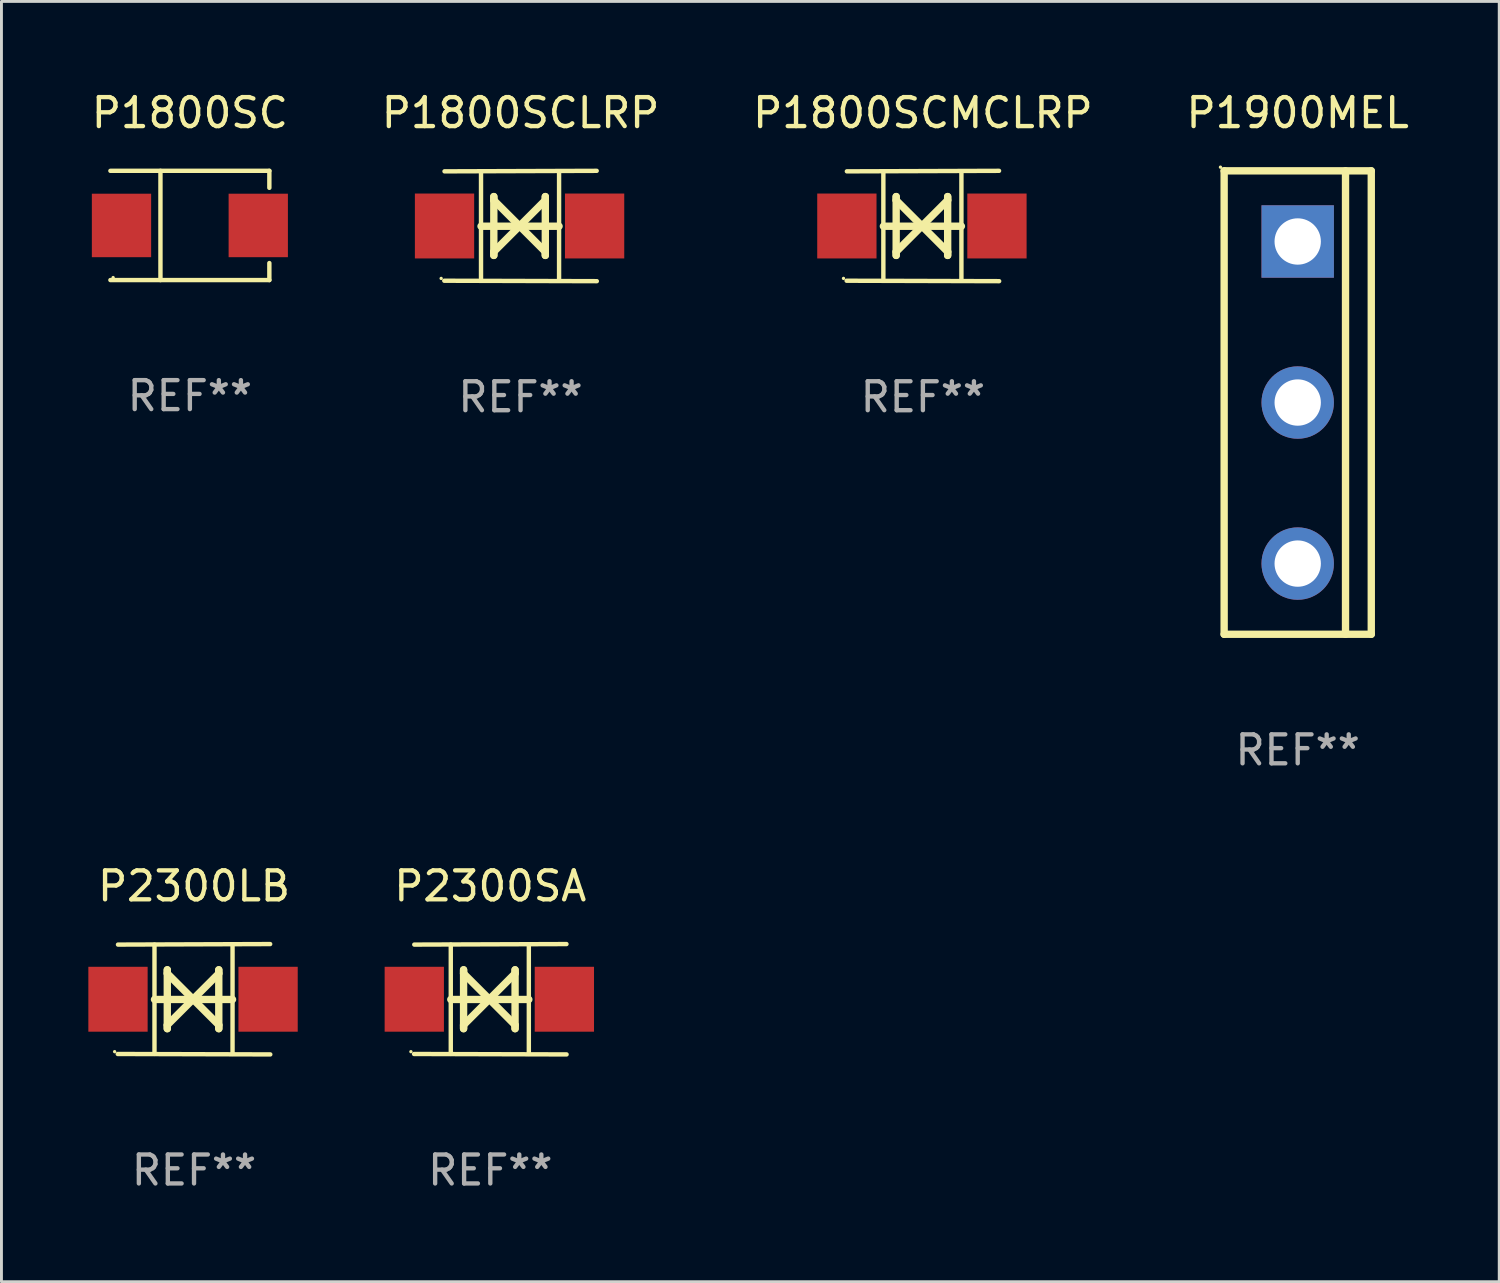
<source format=kicad_pcb>
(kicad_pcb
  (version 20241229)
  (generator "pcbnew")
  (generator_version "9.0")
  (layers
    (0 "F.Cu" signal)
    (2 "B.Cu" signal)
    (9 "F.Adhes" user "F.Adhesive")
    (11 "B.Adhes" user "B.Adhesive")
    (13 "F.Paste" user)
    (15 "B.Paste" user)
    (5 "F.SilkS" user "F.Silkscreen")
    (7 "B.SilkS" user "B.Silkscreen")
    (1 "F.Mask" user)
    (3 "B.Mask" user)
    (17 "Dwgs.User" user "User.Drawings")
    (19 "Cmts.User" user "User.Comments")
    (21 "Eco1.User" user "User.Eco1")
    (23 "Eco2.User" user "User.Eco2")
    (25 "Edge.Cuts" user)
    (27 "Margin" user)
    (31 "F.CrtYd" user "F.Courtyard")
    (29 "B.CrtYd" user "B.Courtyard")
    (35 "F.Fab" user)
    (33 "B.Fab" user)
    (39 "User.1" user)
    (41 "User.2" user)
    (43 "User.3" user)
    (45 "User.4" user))
  (footprint "P1800SC"
    (layer "F.Cu")
    (at 3.506 4.734)
    (property "Reference" "P1800SC" (at 0 -3.886 0) (layer "F.SilkS") (effects (font (size 1 1) (thickness 0.15))))
    (attr through_hole)
    (fp_line (start -2.744 -1.886) (end 2.744 -1.886) (stroke (width 0.152) (type solid)) (layer "F.SilkS"))
    (fp_line (start -2.744 1.886) (end 2.744 1.886) (stroke (width 0.152) (type solid)) (layer "F.SilkS"))
    (fp_line (start -1.016 -1.886) (end -1.016 1.886) (stroke (width 0.152) (type solid)) (layer "F.SilkS"))
    (fp_line (start 2.744 -1.886) (end 2.744 -1.299) (stroke (width 0.152) (type solid)) (layer "F.SilkS"))
    (fp_line (start 2.744 1.886) (end 2.744 1.299) (stroke (width 0.152) (type solid)) (layer "F.SilkS"))
    (fp_circle (center -2.65 1.8) (end -2.62 1.8) (stroke (width 0.06) (type solid)) (fill no) (layer "F.SilkS"))
    (fp_text user "REF**" (at 0 5.886 0) (layer "F.Fab") (effects (font (size 1 1) (thickness 0.15))))
    (pad "1" smd rect (at -2.361 0) (size 2.047 2.192) (layers "F.Cu" "F.Mask" "F.Paste"))
    (pad "2" smd rect (at 2.361 0) (size 2.047 2.192) (layers "F.Cu" "F.Mask" "F.Paste")))
  (footprint "P1900MEL"
    (layer "F.Cu")
    (at 41.756 10.849)
    (property "Reference" "P1900MEL" (at 0 -10.001 0) (layer "F.SilkS") (effects (font (size 1 1) (thickness 0.15))))
    (attr through_hole)
    (fp_line (start -2.54 -8.001) (end -2.54 8.001) (stroke (width 0.254) (type solid)) (layer "F.SilkS"))
    (fp_line (start -2.54 8.001) (end 2.54 8.001) (stroke (width 0.254) (type solid)) (layer "F.SilkS"))
    (fp_line (start 1.651 -8.001) (end 1.651 8.001) (stroke (width 0.254) (type solid)) (layer "F.SilkS"))
    (fp_line (start 2.54 -8.001) (end -2.54 -8.001) (stroke (width 0.254) (type solid)) (layer "F.SilkS"))
    (fp_line (start 2.54 -8.001) (end 2.54 8) (stroke (width 0.254) (type solid)) (layer "F.SilkS"))
    (fp_circle (center -2.667 -8.127) (end -2.637 -8.127) (stroke (width 0.06) (type solid)) (fill no) (layer "F.SilkS"))
    (fp_text user "REF**" (at 0 12.001 0) (layer "F.Fab") (effects (font (size 1 1) (thickness 0.15))))
    (pad "1" thru_hole rect (at 0 -5.561 270) (size 2.5 2.5) (drill 1.6) (layers "*.Cu" "*.Mask"))
    (pad "2" thru_hole circle (at 0 -0.00047) (size 2.5 2.5) (drill 1.6) (layers "*.Cu" "*.Mask"))
    (pad "3" thru_hole circle (at 0 5.56) (size 2.5 2.5) (drill 1.6) (layers "*.Cu" "*.Mask")))
  (footprint "P2300LB"
    (layer "F.Cu")
    (at 3.649 31.451)
    (property "Reference" "P2300LB" (at 0 -3.905 0) (layer "F.SilkS") (effects (font (size 1 1) (thickness 0.15))))
    (attr through_hole)
    (fp_line (start -1.365 1.886) (end -1.365 -1.886) (stroke (width 0.152) (type solid)) (layer "F.SilkS"))
    (fp_line (start -1.365 0.008) (end 1.33 0.008) (stroke (width 0.254) (type solid)) (layer "F.SilkS"))
    (fp_line (start -0.923 -1.016) (end -0.923 1.016) (stroke (width 0.254) (type solid)) (layer "F.SilkS"))
    (fp_line (start -0.923 -0.889) (end -0.923 -1.016) (stroke (width 0.254) (type solid)) (layer "F.SilkS"))
    (fp_line (start -0.923 0.889) (end -0.034 0) (stroke (width 0.254) (type solid)) (layer "F.SilkS"))
    (fp_line (start -0.923 1.016) (end -0.923 0.889) (stroke (width 0.254) (type solid)) (layer "F.SilkS"))
    (fp_line (start -0.034 0) (end -0.923 -0.889) (stroke (width 0.254) (type solid)) (layer "F.SilkS"))
    (fp_line (start -0.034 0) (end 0.855 0.889) (stroke (width 0.254) (type solid)) (layer "F.SilkS"))
    (fp_line (start 0.855 -1.016) (end 0.855 -0.889) (stroke (width 0.254) (type solid)) (layer "F.SilkS"))
    (fp_line (start 0.855 -0.889) (end -0.034 0) (stroke (width 0.254) (type solid)) (layer "F.SilkS"))
    (fp_line (start 0.855 0.889) (end 0.855 1.016) (stroke (width 0.254) (type solid)) (layer "F.SilkS"))
    (fp_line (start 0.855 1.016) (end 0.855 -1.016) (stroke (width 0.254) (type solid)) (layer "F.SilkS"))
    (fp_line (start 1.33 1.886) (end 1.33 -1.886) (stroke (width 0.152) (type solid)) (layer "F.SilkS"))
    (fp_line (start 2.629 -1.905) (end -2.625 -1.887) (stroke (width 0.152) (type solid)) (layer "F.SilkS"))
    (fp_line (start 2.633 1.905) (end -2.633 1.89) (stroke (width 0.152) (type solid)) (layer "F.SilkS"))
    (fp_circle (center -2.741 1.81) (end -2.711 1.81) (stroke (width 0.06) (type solid)) (fill no) (layer "F.SilkS"))
    (fp_text user "REF**" (at 0 5.905 0) (layer "F.Fab") (effects (font (size 1 1) (thickness 0.15))))
    (pad "1" smd rect (at -2.625 0) (size 2.047 2.241) (layers "F.Cu" "F.Mask" "F.Paste"))
    (pad "2" smd rect (at 2.557 0) (size 2.047 2.241) (layers "F.Cu" "F.Mask" "F.Paste")))
  (footprint "P1800SCMCLRP"
    (layer "F.Cu")
    (at 28.815 4.753)
    (property "Reference" "P1800SCMCLRP" (at 0 -3.905 0) (layer "F.SilkS") (effects (font (size 1 1) (thickness 0.15))))
    (attr through_hole)
    (fp_line (start -1.365 1.886) (end -1.365 -1.886) (stroke (width 0.152) (type solid)) (layer "F.SilkS"))
    (fp_line (start -1.365 0.008) (end 1.33 0.008) (stroke (width 0.254) (type solid)) (layer "F.SilkS"))
    (fp_line (start -0.923 -1.016) (end -0.923 1.016) (stroke (width 0.254) (type solid)) (layer "F.SilkS"))
    (fp_line (start -0.923 -0.889) (end -0.923 -1.016) (stroke (width 0.254) (type solid)) (layer "F.SilkS"))
    (fp_line (start -0.923 0.889) (end -0.034 0) (stroke (width 0.254) (type solid)) (layer "F.SilkS"))
    (fp_line (start -0.923 1.016) (end -0.923 0.889) (stroke (width 0.254) (type solid)) (layer "F.SilkS"))
    (fp_line (start -0.034 0) (end -0.923 -0.889) (stroke (width 0.254) (type solid)) (layer "F.SilkS"))
    (fp_line (start -0.034 0) (end 0.855 0.889) (stroke (width 0.254) (type solid)) (layer "F.SilkS"))
    (fp_line (start 0.855 -1.016) (end 0.855 -0.889) (stroke (width 0.254) (type solid)) (layer "F.SilkS"))
    (fp_line (start 0.855 -0.889) (end -0.034 0) (stroke (width 0.254) (type solid)) (layer "F.SilkS"))
    (fp_line (start 0.855 0.889) (end 0.855 1.016) (stroke (width 0.254) (type solid)) (layer "F.SilkS"))
    (fp_line (start 0.855 1.016) (end 0.855 -1.016) (stroke (width 0.254) (type solid)) (layer "F.SilkS"))
    (fp_line (start 1.33 1.886) (end 1.33 -1.886) (stroke (width 0.152) (type solid)) (layer "F.SilkS"))
    (fp_line (start 2.629 -1.905) (end -2.625 -1.887) (stroke (width 0.152) (type solid)) (layer "F.SilkS"))
    (fp_line (start 2.633 1.905) (end -2.633 1.89) (stroke (width 0.152) (type solid)) (layer "F.SilkS"))
    (fp_circle (center -2.741 1.81) (end -2.711 1.81) (stroke (width 0.06) (type solid)) (fill no) (layer "F.SilkS"))
    (fp_text user "REF**" (at 0 5.905 0) (layer "F.Fab") (effects (font (size 1 1) (thickness 0.15))))
    (pad "1" smd rect (at -2.625 0) (size 2.047 2.241) (layers "F.Cu" "F.Mask" "F.Paste"))
    (pad "2" smd rect (at 2.557 0) (size 2.047 2.241) (layers "F.Cu" "F.Mask" "F.Paste")))
  (footprint "P1800SCLRP"
    (layer "F.Cu")
    (at 14.923 4.753)
    (property "Reference" "P1800SCLRP" (at 0 -3.905 0) (layer "F.SilkS") (effects (font (size 1 1) (thickness 0.15))))
    (attr through_hole)
    (fp_line (start -1.365 1.886) (end -1.365 -1.886) (stroke (width 0.152) (type solid)) (layer "F.SilkS"))
    (fp_line (start -1.365 0.008) (end 1.33 0.008) (stroke (width 0.254) (type solid)) (layer "F.SilkS"))
    (fp_line (start -0.923 -1.016) (end -0.923 1.016) (stroke (width 0.254) (type solid)) (layer "F.SilkS"))
    (fp_line (start -0.923 -0.889) (end -0.923 -1.016) (stroke (width 0.254) (type solid)) (layer "F.SilkS"))
    (fp_line (start -0.923 0.889) (end -0.034 0) (stroke (width 0.254) (type solid)) (layer "F.SilkS"))
    (fp_line (start -0.923 1.016) (end -0.923 0.889) (stroke (width 0.254) (type solid)) (layer "F.SilkS"))
    (fp_line (start -0.034 0) (end -0.923 -0.889) (stroke (width 0.254) (type solid)) (layer "F.SilkS"))
    (fp_line (start -0.034 0) (end 0.855 0.889) (stroke (width 0.254) (type solid)) (layer "F.SilkS"))
    (fp_line (start 0.855 -1.016) (end 0.855 -0.889) (stroke (width 0.254) (type solid)) (layer "F.SilkS"))
    (fp_line (start 0.855 -0.889) (end -0.034 0) (stroke (width 0.254) (type solid)) (layer "F.SilkS"))
    (fp_line (start 0.855 0.889) (end 0.855 1.016) (stroke (width 0.254) (type solid)) (layer "F.SilkS"))
    (fp_line (start 0.855 1.016) (end 0.855 -1.016) (stroke (width 0.254) (type solid)) (layer "F.SilkS"))
    (fp_line (start 1.33 1.886) (end 1.33 -1.886) (stroke (width 0.152) (type solid)) (layer "F.SilkS"))
    (fp_line (start 2.629 -1.905) (end -2.625 -1.887) (stroke (width 0.152) (type solid)) (layer "F.SilkS"))
    (fp_line (start 2.633 1.905) (end -2.633 1.89) (stroke (width 0.152) (type solid)) (layer "F.SilkS"))
    (fp_circle (center -2.741 1.81) (end -2.711 1.81) (stroke (width 0.06) (type solid)) (fill no) (layer "F.SilkS"))
    (fp_text user "REF**" (at 0 5.905 0) (layer "F.Fab") (effects (font (size 1 1) (thickness 0.15))))
    (pad "1" smd rect (at -2.625 0) (size 2.047 2.241) (layers "F.Cu" "F.Mask" "F.Paste"))
    (pad "2" smd rect (at 2.557 0) (size 2.047 2.241) (layers "F.Cu" "F.Mask" "F.Paste")))
  (footprint "P2300SA"
    (layer "F.Cu")
    (at 13.879 31.451)
    (property "Reference" "P2300SA" (at 0 -3.905 0) (layer "F.SilkS") (effects (font (size 1 1) (thickness 0.15))))
    (attr through_hole)
    (fp_line (start -1.365 1.886) (end -1.365 -1.886) (stroke (width 0.152) (type solid)) (layer "F.SilkS"))
    (fp_line (start -1.365 0.008) (end 1.33 0.008) (stroke (width 0.254) (type solid)) (layer "F.SilkS"))
    (fp_line (start -0.923 -1.016) (end -0.923 1.016) (stroke (width 0.254) (type solid)) (layer "F.SilkS"))
    (fp_line (start -0.923 -0.889) (end -0.923 -1.016) (stroke (width 0.254) (type solid)) (layer "F.SilkS"))
    (fp_line (start -0.923 0.889) (end -0.034 0) (stroke (width 0.254) (type solid)) (layer "F.SilkS"))
    (fp_line (start -0.923 1.016) (end -0.923 0.889) (stroke (width 0.254) (type solid)) (layer "F.SilkS"))
    (fp_line (start -0.034 0) (end -0.923 -0.889) (stroke (width 0.254) (type solid)) (layer "F.SilkS"))
    (fp_line (start -0.034 0) (end 0.855 0.889) (stroke (width 0.254) (type solid)) (layer "F.SilkS"))
    (fp_line (start 0.855 -1.016) (end 0.855 -0.889) (stroke (width 0.254) (type solid)) (layer "F.SilkS"))
    (fp_line (start 0.855 -0.889) (end -0.034 0) (stroke (width 0.254) (type solid)) (layer "F.SilkS"))
    (fp_line (start 0.855 0.889) (end 0.855 1.016) (stroke (width 0.254) (type solid)) (layer "F.SilkS"))
    (fp_line (start 0.855 1.016) (end 0.855 -1.016) (stroke (width 0.254) (type solid)) (layer "F.SilkS"))
    (fp_line (start 1.33 1.886) (end 1.33 -1.886) (stroke (width 0.152) (type solid)) (layer "F.SilkS"))
    (fp_line (start 2.629 -1.905) (end -2.625 -1.887) (stroke (width 0.152) (type solid)) (layer "F.SilkS"))
    (fp_line (start 2.633 1.905) (end -2.633 1.89) (stroke (width 0.152) (type solid)) (layer "F.SilkS"))
    (fp_circle (center -2.741 1.81) (end -2.711 1.81) (stroke (width 0.06) (type solid)) (fill no) (layer "F.SilkS"))
    (fp_text user "REF**" (at 0 5.905 0) (layer "F.Fab") (effects (font (size 1 1) (thickness 0.15))))
    (pad "1" smd rect (at -2.625 0) (size 2.047 2.241) (layers "F.Cu" "F.Mask" "F.Paste"))
    (pad "2" smd rect (at 2.557 0) (size 2.047 2.241) (layers "F.Cu" "F.Mask" "F.Paste")))
  (gr_rect
    (start -3 -3)
    (end 48.714 41.204)
    (stroke (width 0.1) (type default))
    (fill no)
    (layer "Edge.Cuts")))
</source>
